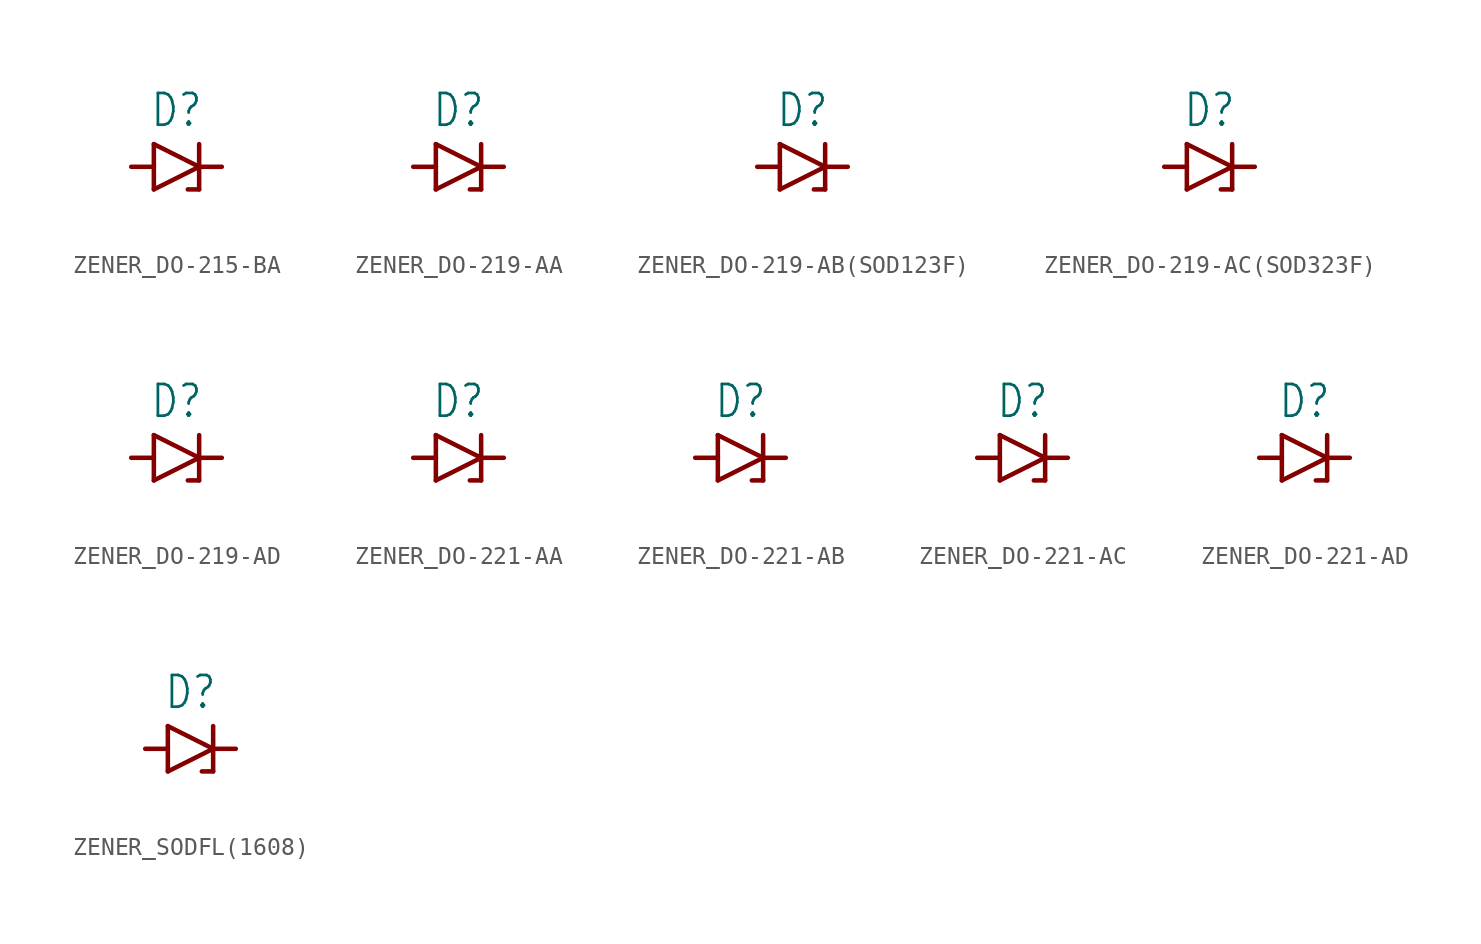
<source format=kicad_sym>
(kicad_symbol_lib
  (version 20220914)
  (generator kicad_symbol_editor)
  (symbol "ZENER_DO-215-BA"
    (property "Reference" "D"
      (at 0 3.175 0)
      (effects (font (size 1.778 1.511))))
    (property "Value" ""
      (at 0 -3.429 0)
      (effects (font (size 1.778 1.511))))
    (property "ki_locked" ""
      (at 0 0 0)
      (effects (font (size 1.27 1.27))))
    (symbol "ZENER_DO-215-BA_1_0"
      (polyline (pts (xy -1.27 -1.27) (xy 1.27 0)) (stroke (width 0.254) (type solid)) (fill (type none)))
      (polyline (pts (xy -1.27 0) (xy -2.54 0)) (stroke (width 0.254) (type solid)) (fill (type none)))
      (polyline (pts (xy -1.27 0) (xy -1.27 -1.27)) (stroke (width 0.254) (type solid)) (fill (type none)))
      (polyline (pts (xy -1.27 1.27) (xy -1.27 0)) (stroke (width 0.254) (type solid)) (fill (type none)))
      (polyline (pts (xy 1.27 -1.27) (xy 0.635 -1.27)) (stroke (width 0.254) (type solid)) (fill (type none)))
      (polyline (pts (xy 1.27 0) (xy -1.27 1.27)) (stroke (width 0.254) (type solid)) (fill (type none)))
      (polyline (pts (xy 1.27 0) (xy 1.27 -1.27)) (stroke (width 0.254) (type solid)) (fill (type none)))
      (polyline (pts (xy 1.27 0) (xy 2.54 0)) (stroke (width 0.254) (type solid)) (fill (type none)))
      (polyline (pts (xy 1.27 1.27) (xy 1.27 0)) (stroke (width 0.254) (type solid)) (fill (type none)))
      (pin passive line (at 2.54 0 180) (length 0) (name "C" (effects (font (size 0 0)))) (number "1" (effects (font (size 0 0)))))
      (pin passive line (at -2.54 0 0) (length 0) (name "A" (effects (font (size 0 0)))) (number "2" (effects (font (size 0 0)))))))
  (symbol "ZENER_DO-219-AA"
    (property "Reference" "D"
      (at 0 3.175 0)
      (effects (font (size 1.778 1.511))))
    (property "Value" ""
      (at 0 -3.429 0)
      (effects (font (size 1.778 1.511))))
    (property "ki_locked" ""
      (at 0 0 0)
      (effects (font (size 1.27 1.27))))
    (symbol "ZENER_DO-219-AA_1_0"
      (polyline (pts (xy -1.27 -1.27) (xy 1.27 0)) (stroke (width 0.254) (type solid)) (fill (type none)))
      (polyline (pts (xy -1.27 0) (xy -2.54 0)) (stroke (width 0.254) (type solid)) (fill (type none)))
      (polyline (pts (xy -1.27 0) (xy -1.27 -1.27)) (stroke (width 0.254) (type solid)) (fill (type none)))
      (polyline (pts (xy -1.27 1.27) (xy -1.27 0)) (stroke (width 0.254) (type solid)) (fill (type none)))
      (polyline (pts (xy 1.27 -1.27) (xy 0.635 -1.27)) (stroke (width 0.254) (type solid)) (fill (type none)))
      (polyline (pts (xy 1.27 0) (xy -1.27 1.27)) (stroke (width 0.254) (type solid)) (fill (type none)))
      (polyline (pts (xy 1.27 0) (xy 1.27 -1.27)) (stroke (width 0.254) (type solid)) (fill (type none)))
      (polyline (pts (xy 1.27 0) (xy 2.54 0)) (stroke (width 0.254) (type solid)) (fill (type none)))
      (polyline (pts (xy 1.27 1.27) (xy 1.27 0)) (stroke (width 0.254) (type solid)) (fill (type none)))
      (pin passive line (at 2.54 0 180) (length 0) (name "C" (effects (font (size 0 0)))) (number "1" (effects (font (size 0 0)))))
      (pin passive line (at -2.54 0 0) (length 0) (name "A" (effects (font (size 0 0)))) (number "2" (effects (font (size 0 0)))))))
  (symbol "ZENER_DO-219-AB(SOD123F)"
    (property "Reference" "D"
      (at 0 3.175 0)
      (effects (font (size 1.778 1.511))))
    (property "Value" ""
      (at 0 -3.429 0)
      (effects (font (size 1.778 1.511))))
    (property "ki_locked" ""
      (at 0 0 0)
      (effects (font (size 1.27 1.27))))
    (symbol "ZENER_DO-219-AB(SOD123F)_1_0"
      (polyline (pts (xy -1.27 -1.27) (xy 1.27 0)) (stroke (width 0.254) (type solid)) (fill (type none)))
      (polyline (pts (xy -1.27 0) (xy -2.54 0)) (stroke (width 0.254) (type solid)) (fill (type none)))
      (polyline (pts (xy -1.27 0) (xy -1.27 -1.27)) (stroke (width 0.254) (type solid)) (fill (type none)))
      (polyline (pts (xy -1.27 1.27) (xy -1.27 0)) (stroke (width 0.254) (type solid)) (fill (type none)))
      (polyline (pts (xy 1.27 -1.27) (xy 0.635 -1.27)) (stroke (width 0.254) (type solid)) (fill (type none)))
      (polyline (pts (xy 1.27 0) (xy -1.27 1.27)) (stroke (width 0.254) (type solid)) (fill (type none)))
      (polyline (pts (xy 1.27 0) (xy 1.27 -1.27)) (stroke (width 0.254) (type solid)) (fill (type none)))
      (polyline (pts (xy 1.27 0) (xy 2.54 0)) (stroke (width 0.254) (type solid)) (fill (type none)))
      (polyline (pts (xy 1.27 1.27) (xy 1.27 0)) (stroke (width 0.254) (type solid)) (fill (type none)))
      (pin passive line (at 2.54 0 180) (length 0) (name "C" (effects (font (size 0 0)))) (number "1" (effects (font (size 0 0)))))
      (pin passive line (at -2.54 0 0) (length 0) (name "A" (effects (font (size 0 0)))) (number "2" (effects (font (size 0 0)))))))
  (symbol "ZENER_DO-219-AC(SOD323F)"
    (property "Reference" "D"
      (at 0 3.175 0)
      (effects (font (size 1.778 1.511))))
    (property "Value" ""
      (at 0 -3.429 0)
      (effects (font (size 1.778 1.511))))
    (property "ki_locked" ""
      (at 0 0 0)
      (effects (font (size 1.27 1.27))))
    (symbol "ZENER_DO-219-AC(SOD323F)_1_0"
      (polyline (pts (xy -1.27 -1.27) (xy 1.27 0)) (stroke (width 0.254) (type solid)) (fill (type none)))
      (polyline (pts (xy -1.27 0) (xy -2.54 0)) (stroke (width 0.254) (type solid)) (fill (type none)))
      (polyline (pts (xy -1.27 0) (xy -1.27 -1.27)) (stroke (width 0.254) (type solid)) (fill (type none)))
      (polyline (pts (xy -1.27 1.27) (xy -1.27 0)) (stroke (width 0.254) (type solid)) (fill (type none)))
      (polyline (pts (xy 1.27 -1.27) (xy 0.635 -1.27)) (stroke (width 0.254) (type solid)) (fill (type none)))
      (polyline (pts (xy 1.27 0) (xy -1.27 1.27)) (stroke (width 0.254) (type solid)) (fill (type none)))
      (polyline (pts (xy 1.27 0) (xy 1.27 -1.27)) (stroke (width 0.254) (type solid)) (fill (type none)))
      (polyline (pts (xy 1.27 0) (xy 2.54 0)) (stroke (width 0.254) (type solid)) (fill (type none)))
      (polyline (pts (xy 1.27 1.27) (xy 1.27 0)) (stroke (width 0.254) (type solid)) (fill (type none)))
      (pin passive line (at 2.54 0 180) (length 0) (name "C" (effects (font (size 0 0)))) (number "1" (effects (font (size 0 0)))))
      (pin passive line (at -2.54 0 0) (length 0) (name "A" (effects (font (size 0 0)))) (number "2" (effects (font (size 0 0)))))))
  (symbol "ZENER_DO-219-AD"
    (property "Reference" "D"
      (at 0 3.175 0)
      (effects (font (size 1.778 1.511))))
    (property "Value" ""
      (at 0 -3.429 0)
      (effects (font (size 1.778 1.511))))
    (property "ki_locked" ""
      (at 0 0 0)
      (effects (font (size 1.27 1.27))))
    (symbol "ZENER_DO-219-AD_1_0"
      (polyline (pts (xy -1.27 -1.27) (xy 1.27 0)) (stroke (width 0.254) (type solid)) (fill (type none)))
      (polyline (pts (xy -1.27 0) (xy -2.54 0)) (stroke (width 0.254) (type solid)) (fill (type none)))
      (polyline (pts (xy -1.27 0) (xy -1.27 -1.27)) (stroke (width 0.254) (type solid)) (fill (type none)))
      (polyline (pts (xy -1.27 1.27) (xy -1.27 0)) (stroke (width 0.254) (type solid)) (fill (type none)))
      (polyline (pts (xy 1.27 -1.27) (xy 0.635 -1.27)) (stroke (width 0.254) (type solid)) (fill (type none)))
      (polyline (pts (xy 1.27 0) (xy -1.27 1.27)) (stroke (width 0.254) (type solid)) (fill (type none)))
      (polyline (pts (xy 1.27 0) (xy 1.27 -1.27)) (stroke (width 0.254) (type solid)) (fill (type none)))
      (polyline (pts (xy 1.27 0) (xy 2.54 0)) (stroke (width 0.254) (type solid)) (fill (type none)))
      (polyline (pts (xy 1.27 1.27) (xy 1.27 0)) (stroke (width 0.254) (type solid)) (fill (type none)))
      (pin passive line (at 2.54 0 180) (length 0) (name "C" (effects (font (size 0 0)))) (number "1" (effects (font (size 0 0)))))
      (pin passive line (at -2.54 0 0) (length 0) (name "A" (effects (font (size 0 0)))) (number "2" (effects (font (size 0 0)))))))
  (symbol "ZENER_DO-221-AA"
    (property "Reference" "D"
      (at 0 3.175 0)
      (effects (font (size 1.778 1.511))))
    (property "Value" ""
      (at 0 -3.429 0)
      (effects (font (size 1.778 1.511))))
    (property "ki_locked" ""
      (at 0 0 0)
      (effects (font (size 1.27 1.27))))
    (symbol "ZENER_DO-221-AA_1_0"
      (polyline (pts (xy -1.27 -1.27) (xy 1.27 0)) (stroke (width 0.254) (type solid)) (fill (type none)))
      (polyline (pts (xy -1.27 0) (xy -2.54 0)) (stroke (width 0.254) (type solid)) (fill (type none)))
      (polyline (pts (xy -1.27 0) (xy -1.27 -1.27)) (stroke (width 0.254) (type solid)) (fill (type none)))
      (polyline (pts (xy -1.27 1.27) (xy -1.27 0)) (stroke (width 0.254) (type solid)) (fill (type none)))
      (polyline (pts (xy 1.27 -1.27) (xy 0.635 -1.27)) (stroke (width 0.254) (type solid)) (fill (type none)))
      (polyline (pts (xy 1.27 0) (xy -1.27 1.27)) (stroke (width 0.254) (type solid)) (fill (type none)))
      (polyline (pts (xy 1.27 0) (xy 1.27 -1.27)) (stroke (width 0.254) (type solid)) (fill (type none)))
      (polyline (pts (xy 1.27 0) (xy 2.54 0)) (stroke (width 0.254) (type solid)) (fill (type none)))
      (polyline (pts (xy 1.27 1.27) (xy 1.27 0)) (stroke (width 0.254) (type solid)) (fill (type none)))
      (pin passive line (at 2.54 0 180) (length 0) (name "C" (effects (font (size 0 0)))) (number "1" (effects (font (size 0 0)))))
      (pin passive line (at -2.54 0 0) (length 0) (name "A" (effects (font (size 0 0)))) (number "2" (effects (font (size 0 0)))))))
  (symbol "ZENER_DO-221-AB"
    (property "Reference" "D"
      (at 0 3.175 0)
      (effects (font (size 1.778 1.511))))
    (property "Value" ""
      (at 0 -3.429 0)
      (effects (font (size 1.778 1.511))))
    (property "ki_locked" ""
      (at 0 0 0)
      (effects (font (size 1.27 1.27))))
    (symbol "ZENER_DO-221-AB_1_0"
      (polyline (pts (xy -1.27 -1.27) (xy 1.27 0)) (stroke (width 0.254) (type solid)) (fill (type none)))
      (polyline (pts (xy -1.27 0) (xy -2.54 0)) (stroke (width 0.254) (type solid)) (fill (type none)))
      (polyline (pts (xy -1.27 0) (xy -1.27 -1.27)) (stroke (width 0.254) (type solid)) (fill (type none)))
      (polyline (pts (xy -1.27 1.27) (xy -1.27 0)) (stroke (width 0.254) (type solid)) (fill (type none)))
      (polyline (pts (xy 1.27 -1.27) (xy 0.635 -1.27)) (stroke (width 0.254) (type solid)) (fill (type none)))
      (polyline (pts (xy 1.27 0) (xy -1.27 1.27)) (stroke (width 0.254) (type solid)) (fill (type none)))
      (polyline (pts (xy 1.27 0) (xy 1.27 -1.27)) (stroke (width 0.254) (type solid)) (fill (type none)))
      (polyline (pts (xy 1.27 0) (xy 2.54 0)) (stroke (width 0.254) (type solid)) (fill (type none)))
      (polyline (pts (xy 1.27 1.27) (xy 1.27 0)) (stroke (width 0.254) (type solid)) (fill (type none)))
      (pin passive line (at 2.54 0 180) (length 0) (name "C" (effects (font (size 0 0)))) (number "1" (effects (font (size 0 0)))))
      (pin passive line (at -2.54 0 0) (length 0) (name "A" (effects (font (size 0 0)))) (number "2" (effects (font (size 0 0)))))))
  (symbol "ZENER_DO-221-AC"
    (property "Reference" "D"
      (at 0 3.175 0)
      (effects (font (size 1.778 1.511))))
    (property "Value" ""
      (at 0 -3.429 0)
      (effects (font (size 1.778 1.511))))
    (property "ki_locked" ""
      (at 0 0 0)
      (effects (font (size 1.27 1.27))))
    (symbol "ZENER_DO-221-AC_1_0"
      (polyline (pts (xy -1.27 -1.27) (xy 1.27 0)) (stroke (width 0.254) (type solid)) (fill (type none)))
      (polyline (pts (xy -1.27 0) (xy -2.54 0)) (stroke (width 0.254) (type solid)) (fill (type none)))
      (polyline (pts (xy -1.27 0) (xy -1.27 -1.27)) (stroke (width 0.254) (type solid)) (fill (type none)))
      (polyline (pts (xy -1.27 1.27) (xy -1.27 0)) (stroke (width 0.254) (type solid)) (fill (type none)))
      (polyline (pts (xy 1.27 -1.27) (xy 0.635 -1.27)) (stroke (width 0.254) (type solid)) (fill (type none)))
      (polyline (pts (xy 1.27 0) (xy -1.27 1.27)) (stroke (width 0.254) (type solid)) (fill (type none)))
      (polyline (pts (xy 1.27 0) (xy 1.27 -1.27)) (stroke (width 0.254) (type solid)) (fill (type none)))
      (polyline (pts (xy 1.27 0) (xy 2.54 0)) (stroke (width 0.254) (type solid)) (fill (type none)))
      (polyline (pts (xy 1.27 1.27) (xy 1.27 0)) (stroke (width 0.254) (type solid)) (fill (type none)))
      (pin passive line (at 2.54 0 180) (length 0) (name "C" (effects (font (size 0 0)))) (number "1" (effects (font (size 0 0)))))
      (pin passive line (at -2.54 0 0) (length 0) (name "A" (effects (font (size 0 0)))) (number "2" (effects (font (size 0 0)))))))
  (symbol "ZENER_DO-221-AD"
    (property "Reference" "D"
      (at 0 3.175 0)
      (effects (font (size 1.778 1.511))))
    (property "Value" ""
      (at 0 -3.429 0)
      (effects (font (size 1.778 1.511))))
    (property "ki_locked" ""
      (at 0 0 0)
      (effects (font (size 1.27 1.27))))
    (symbol "ZENER_DO-221-AD_1_0"
      (polyline (pts (xy -1.27 -1.27) (xy 1.27 0)) (stroke (width 0.254) (type solid)) (fill (type none)))
      (polyline (pts (xy -1.27 0) (xy -2.54 0)) (stroke (width 0.254) (type solid)) (fill (type none)))
      (polyline (pts (xy -1.27 0) (xy -1.27 -1.27)) (stroke (width 0.254) (type solid)) (fill (type none)))
      (polyline (pts (xy -1.27 1.27) (xy -1.27 0)) (stroke (width 0.254) (type solid)) (fill (type none)))
      (polyline (pts (xy 1.27 -1.27) (xy 0.635 -1.27)) (stroke (width 0.254) (type solid)) (fill (type none)))
      (polyline (pts (xy 1.27 0) (xy -1.27 1.27)) (stroke (width 0.254) (type solid)) (fill (type none)))
      (polyline (pts (xy 1.27 0) (xy 1.27 -1.27)) (stroke (width 0.254) (type solid)) (fill (type none)))
      (polyline (pts (xy 1.27 0) (xy 2.54 0)) (stroke (width 0.254) (type solid)) (fill (type none)))
      (polyline (pts (xy 1.27 1.27) (xy 1.27 0)) (stroke (width 0.254) (type solid)) (fill (type none)))
      (pin passive line (at 2.54 0 180) (length 0) (name "C" (effects (font (size 0 0)))) (number "1" (effects (font (size 0 0)))))
      (pin passive line (at -2.54 0 0) (length 0) (name "A" (effects (font (size 0 0)))) (number "2" (effects (font (size 0 0)))))))
  (symbol "ZENER_SODFL(1608)"
    (property "Reference" "D"
      (at 0 3.175 0)
      (effects (font (size 1.778 1.511))))
    (property "Value" ""
      (at 0 -3.429 0)
      (effects (font (size 1.778 1.511))))
    (property "ki_locked" ""
      (at 0 0 0)
      (effects (font (size 1.27 1.27))))
    (symbol "ZENER_SODFL(1608)_1_0"
      (polyline (pts (xy -1.27 -1.27) (xy 1.27 0)) (stroke (width 0.254) (type solid)) (fill (type none)))
      (polyline (pts (xy -1.27 0) (xy -2.54 0)) (stroke (width 0.254) (type solid)) (fill (type none)))
      (polyline (pts (xy -1.27 0) (xy -1.27 -1.27)) (stroke (width 0.254) (type solid)) (fill (type none)))
      (polyline (pts (xy -1.27 1.27) (xy -1.27 0)) (stroke (width 0.254) (type solid)) (fill (type none)))
      (polyline (pts (xy 1.27 -1.27) (xy 0.635 -1.27)) (stroke (width 0.254) (type solid)) (fill (type none)))
      (polyline (pts (xy 1.27 0) (xy -1.27 1.27)) (stroke (width 0.254) (type solid)) (fill (type none)))
      (polyline (pts (xy 1.27 0) (xy 1.27 -1.27)) (stroke (width 0.254) (type solid)) (fill (type none)))
      (polyline (pts (xy 1.27 0) (xy 2.54 0)) (stroke (width 0.254) (type solid)) (fill (type none)))
      (polyline (pts (xy 1.27 1.27) (xy 1.27 0)) (stroke (width 0.254) (type solid)) (fill (type none)))
      (pin passive line (at 2.54 0 180) (length 0) (name "C" (effects (font (size 0 0)))) (number "1" (effects (font (size 0 0)))))
      (pin passive line (at -2.54 0 0) (length 0) (name "A" (effects (font (size 0 0)))) (number "2" (effects (font (size 0 0))))))))
</source>
